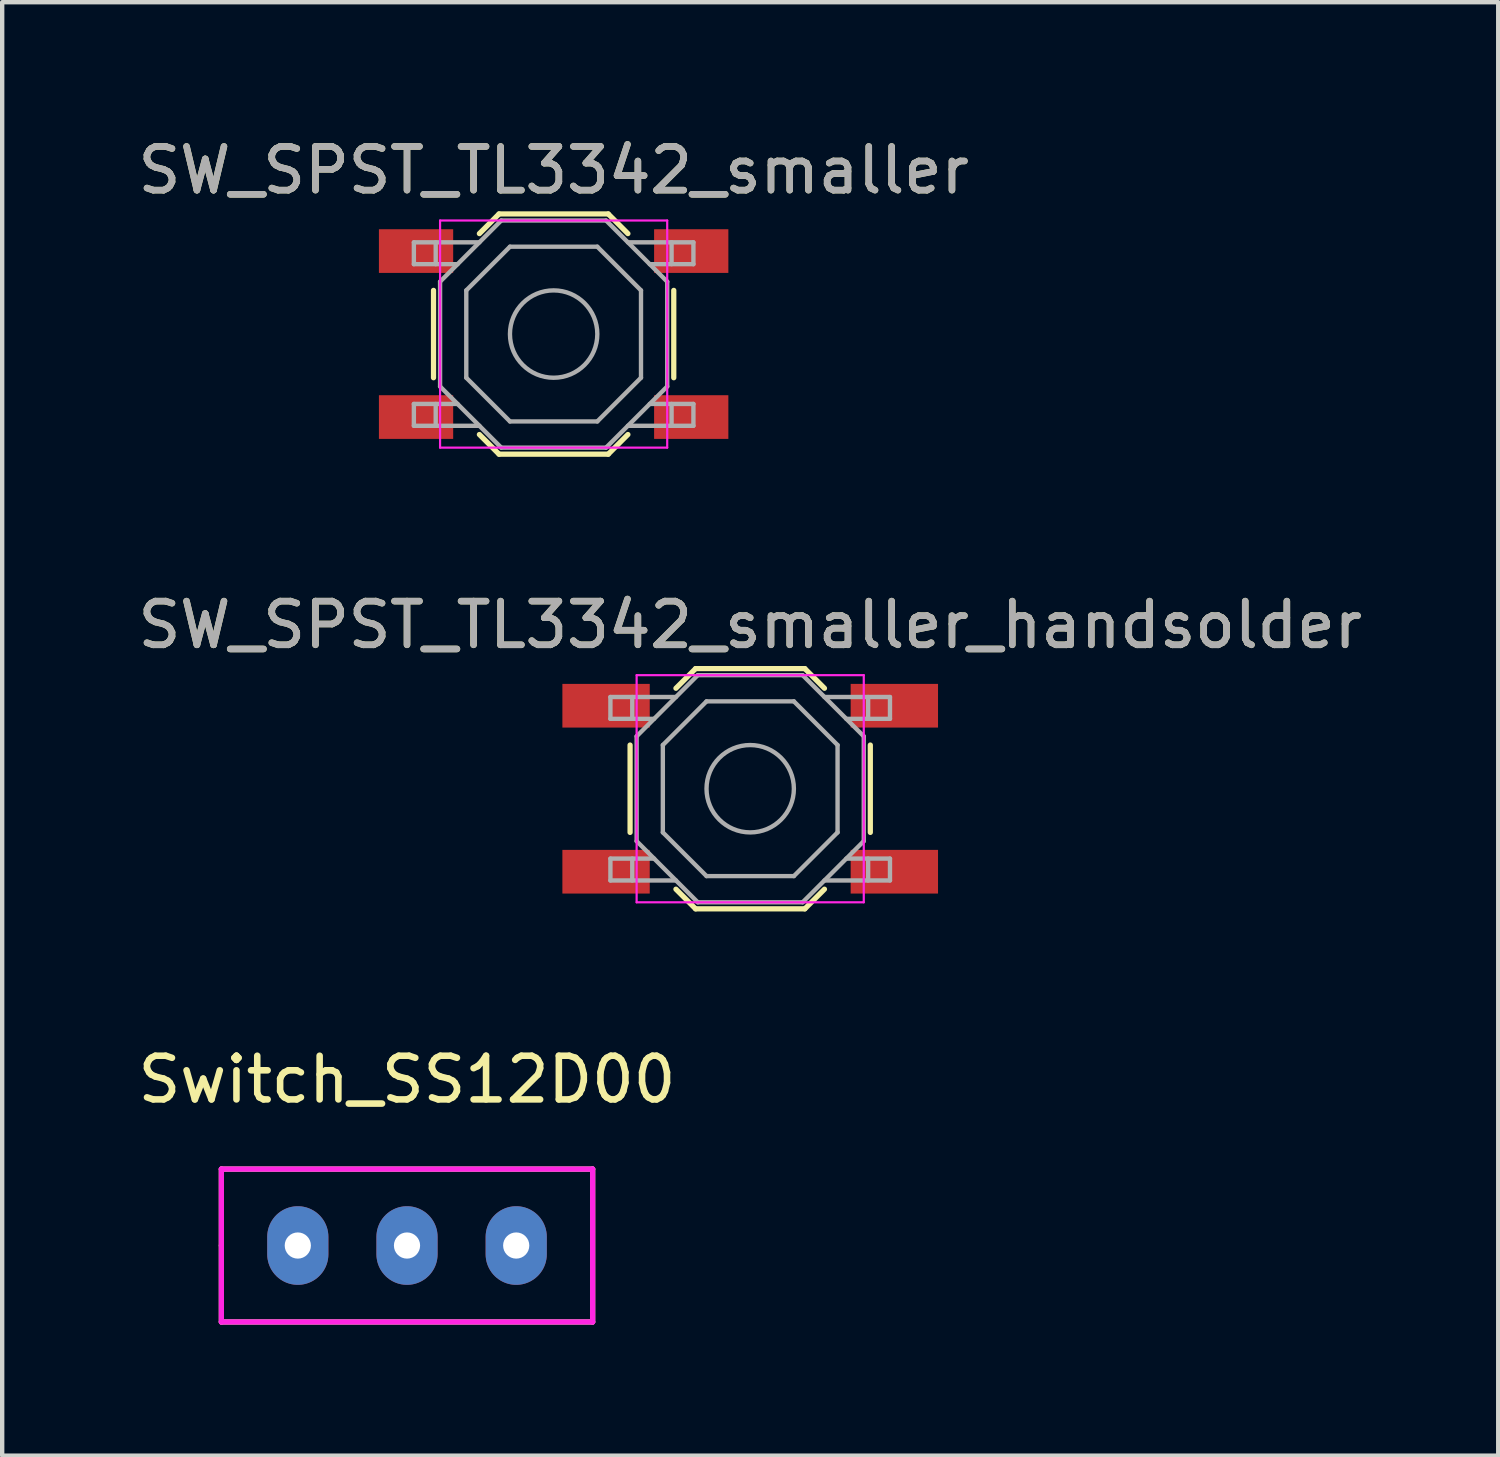
<source format=kicad_pcb>
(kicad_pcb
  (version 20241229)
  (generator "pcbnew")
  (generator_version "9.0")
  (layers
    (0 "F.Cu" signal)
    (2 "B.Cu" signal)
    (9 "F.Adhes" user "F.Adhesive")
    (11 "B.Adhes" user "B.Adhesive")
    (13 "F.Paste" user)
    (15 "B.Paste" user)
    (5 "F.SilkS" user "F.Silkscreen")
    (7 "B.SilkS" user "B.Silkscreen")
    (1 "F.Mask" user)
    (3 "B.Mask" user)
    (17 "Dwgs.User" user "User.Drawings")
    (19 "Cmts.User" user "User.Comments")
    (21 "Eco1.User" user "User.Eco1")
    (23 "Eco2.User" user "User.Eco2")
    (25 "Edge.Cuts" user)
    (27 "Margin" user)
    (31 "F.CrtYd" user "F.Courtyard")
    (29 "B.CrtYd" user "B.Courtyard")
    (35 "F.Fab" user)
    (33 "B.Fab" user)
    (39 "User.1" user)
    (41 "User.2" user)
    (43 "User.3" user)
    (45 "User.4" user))
  (footprint "SW_SPST_TL3342_smaller"
    (layer "F.Cu")
    (at 9.625 4.598)
    (property "Reference" "SW_SPST_TL3342_smaller" (at 0 -3.75 0) (layer "F.SilkS") (effects (font (size 1 1) (thickness 0.15))))
    (attr smd)
    (fp_line (start -2.75 -1) (end -2.75 1) (stroke (width 0.12) (type solid)) (layer "F.SilkS"))
    (fp_line (start -1.7 -2.3) (end -1.25 -2.75) (stroke (width 0.12) (type solid)) (layer "F.SilkS"))
    (fp_line (start -1.7 2.3) (end -1.25 2.75) (stroke (width 0.12) (type solid)) (layer "F.SilkS"))
    (fp_line (start -1.25 -2.75) (end 1.25 -2.75) (stroke (width 0.12) (type solid)) (layer "F.SilkS"))
    (fp_line (start -1.25 2.75) (end 1.25 2.75) (stroke (width 0.12) (type solid)) (layer "F.SilkS"))
    (fp_line (start 1.7 -2.3) (end 1.25 -2.75) (stroke (width 0.12) (type solid)) (layer "F.SilkS"))
    (fp_line (start 1.7 2.3) (end 1.25 2.75) (stroke (width 0.12) (type solid)) (layer "F.SilkS"))
    (fp_line (start 2.75 -1) (end 2.75 1) (stroke (width 0.12) (type solid)) (layer "F.SilkS"))
    (fp_line (start -2.6 -2.6) (end 2.6 -2.6) (stroke (width 0.05) (type solid)) (layer "F.CrtYd"))
    (fp_line (start -2.6 2.6) (end -2.6 -2.6) (stroke (width 0.05) (type solid)) (layer "F.CrtYd"))
    (fp_line (start 2.6 -2.6) (end 2.6 2.6) (stroke (width 0.05) (type solid)) (layer "F.CrtYd"))
    (fp_line (start 2.6 2.6) (end -2.6 2.6) (stroke (width 0.05) (type solid)) (layer "F.CrtYd"))
    (fp_line (start -3.2 -2.1) (end -3.2 -1.6) (stroke (width 0.1) (type solid)) (layer "F.Fab"))
    (fp_line (start -3.2 -1.6) (end -2.2 -1.6) (stroke (width 0.1) (type solid)) (layer "F.Fab"))
    (fp_line (start -3.2 1.6) (end -2.2 1.6) (stroke (width 0.1) (type solid)) (layer "F.Fab"))
    (fp_line (start -3.2 2.1) (end -3.2 1.6) (stroke (width 0.1) (type solid)) (layer "F.Fab"))
    (fp_line (start -2.7 -2.1) (end -2.7 -1.6) (stroke (width 0.1) (type solid)) (layer "F.Fab"))
    (fp_line (start -2.7 2.1) (end -2.7 1.6) (stroke (width 0.1) (type solid)) (layer "F.Fab"))
    (fp_line (start -2.6 -1.2) (end -2.6 1.2) (stroke (width 0.1) (type solid)) (layer "F.Fab"))
    (fp_line (start -2.6 1.2) (end -1.2 2.6) (stroke (width 0.1) (type solid)) (layer "F.Fab"))
    (fp_line (start -2 -1) (end -1 -2) (stroke (width 0.1) (type solid)) (layer "F.Fab"))
    (fp_line (start -2 1) (end -2 -1) (stroke (width 0.1) (type solid)) (layer "F.Fab"))
    (fp_line (start -1.7 -2.1) (end -3.2 -2.1) (stroke (width 0.1) (type solid)) (layer "F.Fab"))
    (fp_line (start -1.7 2.1) (end -3.2 2.1) (stroke (width 0.1) (type solid)) (layer "F.Fab"))
    (fp_line (start -1.2 -2.6) (end -2.6 -1.2) (stroke (width 0.1) (type solid)) (layer "F.Fab"))
    (fp_line (start -1.2 2.6) (end 1.2 2.6) (stroke (width 0.1) (type solid)) (layer "F.Fab"))
    (fp_line (start -1 -2) (end 1 -2) (stroke (width 0.1) (type solid)) (layer "F.Fab"))
    (fp_line (start -1 2) (end -2 1) (stroke (width 0.1) (type solid)) (layer "F.Fab"))
    (fp_line (start 1 -2) (end 2 -1) (stroke (width 0.1) (type solid)) (layer "F.Fab"))
    (fp_line (start 1 2) (end -1 2) (stroke (width 0.1) (type solid)) (layer "F.Fab"))
    (fp_line (start 1.2 -2.6) (end -1.2 -2.6) (stroke (width 0.1) (type solid)) (layer "F.Fab"))
    (fp_line (start 1.2 2.6) (end 2.6 1.2) (stroke (width 0.1) (type solid)) (layer "F.Fab"))
    (fp_line (start 1.7 -2.1) (end 3.2 -2.1) (stroke (width 0.1) (type solid)) (layer "F.Fab"))
    (fp_line (start 1.7 2.1) (end 3.2 2.1) (stroke (width 0.1) (type solid)) (layer "F.Fab"))
    (fp_line (start 2 -1) (end 2 1) (stroke (width 0.1) (type solid)) (layer "F.Fab"))
    (fp_line (start 2 1) (end 1 2) (stroke (width 0.1) (type solid)) (layer "F.Fab"))
    (fp_line (start 2.6 -1.2) (end 1.2 -2.6) (stroke (width 0.1) (type solid)) (layer "F.Fab"))
    (fp_line (start 2.6 1.2) (end 2.6 -1.2) (stroke (width 0.1) (type solid)) (layer "F.Fab"))
    (fp_line (start 2.7 -2.1) (end 2.7 -1.6) (stroke (width 0.1) (type solid)) (layer "F.Fab"))
    (fp_line (start 2.7 2.1) (end 2.7 1.6) (stroke (width 0.1) (type solid)) (layer "F.Fab"))
    (fp_line (start 3.2 -2.1) (end 3.2 -1.6) (stroke (width 0.1) (type solid)) (layer "F.Fab"))
    (fp_line (start 3.2 -1.6) (end 2.2 -1.6) (stroke (width 0.1) (type solid)) (layer "F.Fab"))
    (fp_line (start 3.2 1.6) (end 2.2 1.6) (stroke (width 0.1) (type solid)) (layer "F.Fab"))
    (fp_line (start 3.2 2.1) (end 3.2 1.6) (stroke (width 0.1) (type solid)) (layer "F.Fab"))
    (fp_circle (center 0 0) (end 1 0) (stroke (width 0.1) (type solid)) (fill no) (layer "F.Fab"))
    (fp_text user "${REFERENCE}" (at 0 -3.75 0) (layer "F.Fab") (effects (font (size 1 1) (thickness 0.15))))
    (pad "1" smd rect (at -3.15 -1.9) (size 1.7 1) (layers "F.Cu" "F.Mask" "F.Paste"))
    (pad "1" smd rect (at 3.15 -1.9) (size 1.7 1) (layers "F.Cu" "F.Mask" "F.Paste"))
    (pad "2" smd rect (at -3.15 1.9) (size 1.7 1) (layers "F.Cu" "F.Mask" "F.Paste"))
    (pad "2" smd rect (at 3.15 1.9) (size 1.7 1) (layers "F.Cu" "F.Mask" "F.Paste")))
  (footprint "SW_SPST_TL3342_smaller_handsolder"
    (layer "F.Cu")
    (at 14.125 15.007)
    (property "Reference" "SW_SPST_TL3342_smaller_handsolder" (at 0 -3.75 0) (layer "F.SilkS") (effects (font (size 1 1) (thickness 0.15))))
    (attr smd)
    (fp_line (start -2.75 -1) (end -2.75 1) (stroke (width 0.12) (type solid)) (layer "F.SilkS"))
    (fp_line (start -1.7 -2.3) (end -1.25 -2.75) (stroke (width 0.12) (type solid)) (layer "F.SilkS"))
    (fp_line (start -1.7 2.3) (end -1.25 2.75) (stroke (width 0.12) (type solid)) (layer "F.SilkS"))
    (fp_line (start -1.25 -2.75) (end 1.25 -2.75) (stroke (width 0.12) (type solid)) (layer "F.SilkS"))
    (fp_line (start -1.25 2.75) (end 1.25 2.75) (stroke (width 0.12) (type solid)) (layer "F.SilkS"))
    (fp_line (start 1.7 -2.3) (end 1.25 -2.75) (stroke (width 0.12) (type solid)) (layer "F.SilkS"))
    (fp_line (start 1.7 2.3) (end 1.25 2.75) (stroke (width 0.12) (type solid)) (layer "F.SilkS"))
    (fp_line (start 2.75 -1) (end 2.75 1) (stroke (width 0.12) (type solid)) (layer "F.SilkS"))
    (fp_line (start -2.6 -2.6) (end 2.6 -2.6) (stroke (width 0.05) (type solid)) (layer "F.CrtYd"))
    (fp_line (start -2.6 2.6) (end -2.6 -2.6) (stroke (width 0.05) (type solid)) (layer "F.CrtYd"))
    (fp_line (start 2.6 -2.6) (end 2.6 2.6) (stroke (width 0.05) (type solid)) (layer "F.CrtYd"))
    (fp_line (start 2.6 2.6) (end -2.6 2.6) (stroke (width 0.05) (type solid)) (layer "F.CrtYd"))
    (fp_line (start -3.2 -2.1) (end -3.2 -1.6) (stroke (width 0.1) (type solid)) (layer "F.Fab"))
    (fp_line (start -3.2 -1.6) (end -2.2 -1.6) (stroke (width 0.1) (type solid)) (layer "F.Fab"))
    (fp_line (start -3.2 1.6) (end -2.2 1.6) (stroke (width 0.1) (type solid)) (layer "F.Fab"))
    (fp_line (start -3.2 2.1) (end -3.2 1.6) (stroke (width 0.1) (type solid)) (layer "F.Fab"))
    (fp_line (start -2.7 -2.1) (end -2.7 -1.6) (stroke (width 0.1) (type solid)) (layer "F.Fab"))
    (fp_line (start -2.7 2.1) (end -2.7 1.6) (stroke (width 0.1) (type solid)) (layer "F.Fab"))
    (fp_line (start -2.6 -1.2) (end -2.6 1.2) (stroke (width 0.1) (type solid)) (layer "F.Fab"))
    (fp_line (start -2.6 1.2) (end -1.2 2.6) (stroke (width 0.1) (type solid)) (layer "F.Fab"))
    (fp_line (start -2 -1) (end -1 -2) (stroke (width 0.1) (type solid)) (layer "F.Fab"))
    (fp_line (start -2 1) (end -2 -1) (stroke (width 0.1) (type solid)) (layer "F.Fab"))
    (fp_line (start -1.7 -2.1) (end -3.2 -2.1) (stroke (width 0.1) (type solid)) (layer "F.Fab"))
    (fp_line (start -1.7 2.1) (end -3.2 2.1) (stroke (width 0.1) (type solid)) (layer "F.Fab"))
    (fp_line (start -1.2 -2.6) (end -2.6 -1.2) (stroke (width 0.1) (type solid)) (layer "F.Fab"))
    (fp_line (start -1.2 2.6) (end 1.2 2.6) (stroke (width 0.1) (type solid)) (layer "F.Fab"))
    (fp_line (start -1 -2) (end 1 -2) (stroke (width 0.1) (type solid)) (layer "F.Fab"))
    (fp_line (start -1 2) (end -2 1) (stroke (width 0.1) (type solid)) (layer "F.Fab"))
    (fp_line (start 1 -2) (end 2 -1) (stroke (width 0.1) (type solid)) (layer "F.Fab"))
    (fp_line (start 1 2) (end -1 2) (stroke (width 0.1) (type solid)) (layer "F.Fab"))
    (fp_line (start 1.2 -2.6) (end -1.2 -2.6) (stroke (width 0.1) (type solid)) (layer "F.Fab"))
    (fp_line (start 1.2 2.6) (end 2.6 1.2) (stroke (width 0.1) (type solid)) (layer "F.Fab"))
    (fp_line (start 1.7 -2.1) (end 3.2 -2.1) (stroke (width 0.1) (type solid)) (layer "F.Fab"))
    (fp_line (start 1.7 2.1) (end 3.2 2.1) (stroke (width 0.1) (type solid)) (layer "F.Fab"))
    (fp_line (start 2 -1) (end 2 1) (stroke (width 0.1) (type solid)) (layer "F.Fab"))
    (fp_line (start 2 1) (end 1 2) (stroke (width 0.1) (type solid)) (layer "F.Fab"))
    (fp_line (start 2.6 -1.2) (end 1.2 -2.6) (stroke (width 0.1) (type solid)) (layer "F.Fab"))
    (fp_line (start 2.6 1.2) (end 2.6 -1.2) (stroke (width 0.1) (type solid)) (layer "F.Fab"))
    (fp_line (start 2.7 -2.1) (end 2.7 -1.6) (stroke (width 0.1) (type solid)) (layer "F.Fab"))
    (fp_line (start 2.7 2.1) (end 2.7 1.6) (stroke (width 0.1) (type solid)) (layer "F.Fab"))
    (fp_line (start 3.2 -2.1) (end 3.2 -1.6) (stroke (width 0.1) (type solid)) (layer "F.Fab"))
    (fp_line (start 3.2 -1.6) (end 2.2 -1.6) (stroke (width 0.1) (type solid)) (layer "F.Fab"))
    (fp_line (start 3.2 1.6) (end 2.2 1.6) (stroke (width 0.1) (type solid)) (layer "F.Fab"))
    (fp_line (start 3.2 2.1) (end 3.2 1.6) (stroke (width 0.1) (type solid)) (layer "F.Fab"))
    (fp_circle (center 0 0) (end 1 0) (stroke (width 0.1) (type solid)) (fill no) (layer "F.Fab"))
    (fp_text user "${REFERENCE}" (at 0 -3.75 0) (layer "F.Fab") (effects (font (size 1 1) (thickness 0.15))))
    (pad "1" smd rect (at -3.3 -1.9) (size 2 1) (layers "F.Cu" "F.Mask" "F.Paste"))
    (pad "1" smd rect (at 3.3 -1.9) (size 2 1) (layers "F.Cu" "F.Mask" "F.Paste"))
    (pad "2" smd rect (at -3.3 1.9) (size 2 1) (layers "F.Cu" "F.Mask" "F.Paste"))
    (pad "2" smd rect (at 3.3 1.9) (size 2 1) (layers "F.Cu" "F.Mask" "F.Paste")))
  (footprint "Switch_SS12D00"
    (layer "F.Cu")
    (at 6.268 25.465)
    (property "Reference" "Switch_SS12D00" (at 0 -3.8 0) (layer "F.SilkS") (effects (font (size 1 1) (thickness 0.15))))
    (attr through_hole)
    (fp_line (start -4.25 -1.75) (end 4.25 -1.75) (stroke (width 0.12) (type solid)) (layer "F.SilkS"))
    (fp_line (start -4.25 0) (end -4.25 -1.75) (stroke (width 0.12) (type solid)) (layer "F.SilkS"))
    (fp_line (start -4.25 1.75) (end -4.25 0) (stroke (width 0.12) (type solid)) (layer "F.SilkS"))
    (fp_line (start 4.25 -1.75) (end 4.25 1.75) (stroke (width 0.12) (type solid)) (layer "F.SilkS"))
    (fp_line (start 4.25 1.75) (end -4.25 1.75) (stroke (width 0.12) (type solid)) (layer "F.SilkS"))
    (fp_line (start -4.25 -1.75) (end 4.25 -1.75) (stroke (width 0.12) (type solid)) (layer "F.CrtYd"))
    (fp_line (start -4.25 1.75) (end -4.25 -1.75) (stroke (width 0.12) (type solid)) (layer "F.CrtYd"))
    (fp_line (start 4.25 -1.75) (end 4.25 1.75) (stroke (width 0.12) (type solid)) (layer "F.CrtYd"))
    (fp_line (start 4.25 1.75) (end -4.25 1.75) (stroke (width 0.12) (type solid)) (layer "F.CrtYd"))
    (pad "1" thru_hole oval (at -2.5 0) (size 1.4 1.8) (drill 0.6) (layers "*.Cu" "*.Mask"))
    (pad "2" thru_hole oval (at 0 0) (size 1.4 1.8) (drill 0.6) (layers "*.Cu" "*.Mask"))
    (pad "3" thru_hole oval (at 2.5 0) (size 1.4 1.8) (drill 0.6) (layers "*.Cu" "*.Mask")))
  (gr_rect
    (start -3 -3)
    (end 31.25 30.275)
    (stroke (width 0.1) (type default))
    (fill no)
    (layer "Edge.Cuts")))
</source>
